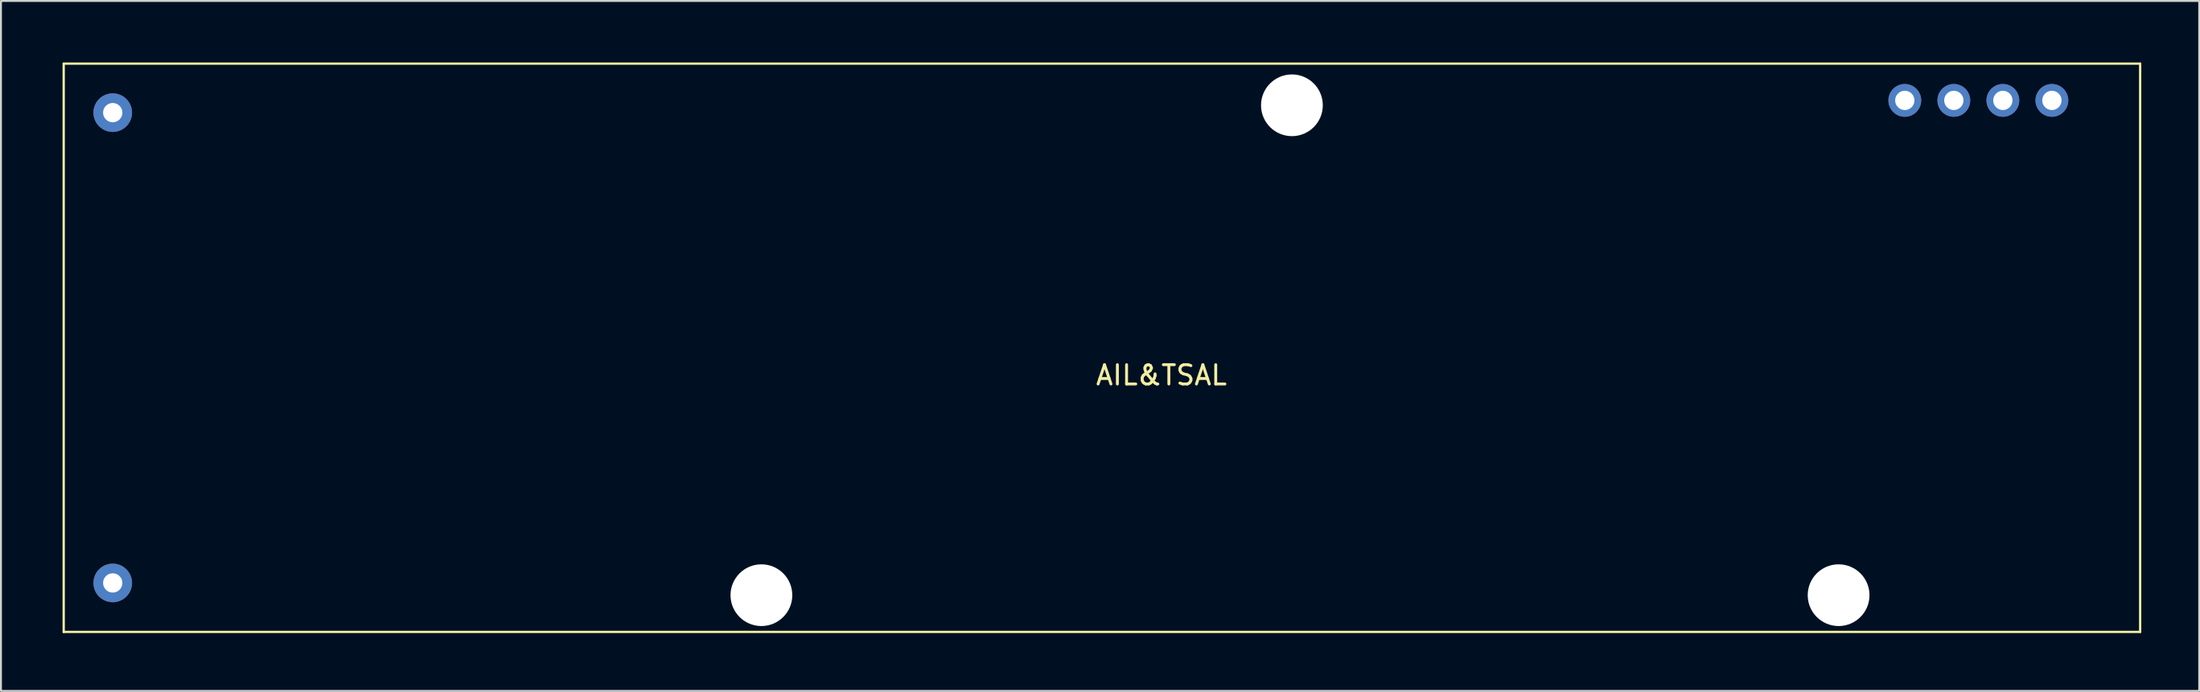
<source format=kicad_pcb>
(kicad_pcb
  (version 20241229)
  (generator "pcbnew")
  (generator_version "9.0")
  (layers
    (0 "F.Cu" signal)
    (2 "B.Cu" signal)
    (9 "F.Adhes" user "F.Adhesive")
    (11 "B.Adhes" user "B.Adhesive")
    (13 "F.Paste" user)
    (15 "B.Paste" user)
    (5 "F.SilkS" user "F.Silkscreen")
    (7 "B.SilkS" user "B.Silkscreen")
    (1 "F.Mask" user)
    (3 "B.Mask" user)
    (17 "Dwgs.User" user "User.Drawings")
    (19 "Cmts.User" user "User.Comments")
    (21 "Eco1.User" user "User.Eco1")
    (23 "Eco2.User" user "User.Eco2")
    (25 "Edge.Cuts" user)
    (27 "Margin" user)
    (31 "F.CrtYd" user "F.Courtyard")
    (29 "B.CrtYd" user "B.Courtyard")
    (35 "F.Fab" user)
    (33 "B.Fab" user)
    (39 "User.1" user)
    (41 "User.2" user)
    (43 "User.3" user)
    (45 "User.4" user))
  (footprint "AIL&TSAL"
    (layer "F.Cu")
    (at 0.25 0.25)
    (property "Reference" "AIL&TSAL" (at 56.871 16.154 0) (layer "F.SilkS") (effects (font (size 1 1) (thickness 0.15))))
    (attr through_hole)
    (fp_line (start 0 0) (end 0 29.464) (stroke (width 0.12) (type solid)) (layer "F.SilkS"))
    (fp_line (start 0 0) (end 107.569 0) (stroke (width 0.12) (type solid)) (layer "F.SilkS"))
    (fp_line (start 0 29.464) (end 107.569 29.464) (stroke (width 0.12) (type solid)) (layer "F.SilkS"))
    (fp_line (start 107.569 29.464) (end 107.569 0) (stroke (width 0.12) (type solid)) (layer "F.SilkS"))
    (pad "" np_thru_hole circle (at 36.144 27.559) (size 3.2 3.2) (drill 3.2) (layers "*.Cu" "*.Mask"))
    (pad "" np_thru_hole circle (at 63.627 2.159) (size 3.2 3.2) (drill 3.2) (layers "*.Cu" "*.Mask"))
    (pad "" np_thru_hole circle (at 91.948 27.559) (size 3.2 3.2) (drill 3.2) (layers "*.Cu" "*.Mask"))
    (pad "1" thru_hole circle (at 2.54 2.54) (size 2 2) (drill 1) (layers "*.Cu" "*.Mask"))
    (pad "2" thru_hole circle (at 2.54 26.924) (size 2 2) (drill 1) (layers "*.Cu" "*.Mask"))
    (pad "3" thru_hole circle (at 95.377 1.905) (size 1.7 1.7) (drill 1) (layers "*.Cu" "*.Mask"))
    (pad "4" thru_hole circle (at 97.917 1.905) (size 1.7 1.7) (drill 1) (layers "*.Cu" "*.Mask"))
    (pad "5" thru_hole circle (at 100.457 1.905) (size 1.7 1.7) (drill 1) (layers "*.Cu" "*.Mask"))
    (pad "6" thru_hole circle (at 102.997 1.905) (size 1.7 1.7) (drill 1) (layers "*.Cu" "*.Mask")))
  (gr_rect
    (start -3 -3)
    (end 110.879 32.774)
    (stroke (width 0.1) (type default))
    (fill no)
    (layer "Edge.Cuts")))
</source>
